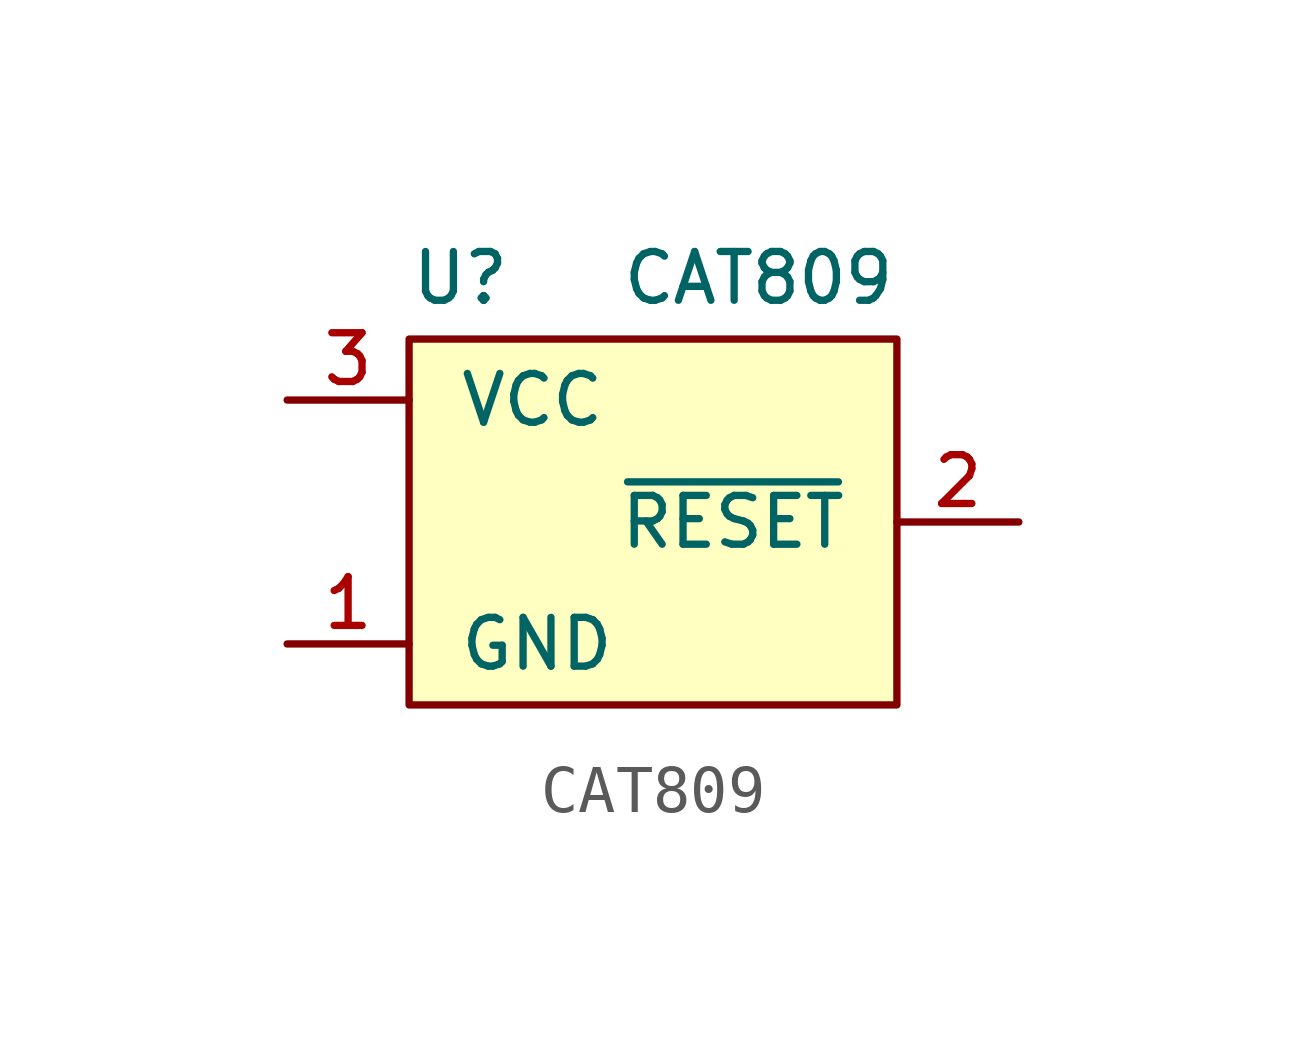
<source format=kicad_sym>
(kicad_symbol_lib
  (version 20211014)
  (generator kicad_symbol_editor)
  (symbol "CAT809"
    (pin_names
      (offset 1.016))
    (property "Reference" "U"
      (at -5.08 5.08 0)
      (effects (font (size 1.016 1.016)) (justify left)))
    (property "Value" "CAT809"
      (at 5.08 5.08 0)
      (effects (font (size 1.016 1.016)) (justify right)))
    (symbol "CAT809_0_1"
      (rectangle (start -5.08 3.81) (end 5.08 -3.81) (stroke (width 0) (type default) (color 0 0 0 0)) (fill (type background))))
    (symbol "CAT809_1_1"
      (pin power_in line (at -7.62 -2.54 0) (length 2.54) (name "GND" (effects (font (size 1.016 1.016)))) (number "1" (effects (font (size 1.016 1.016)))))
      (pin output line (at 7.62 0 180) (length 2.54) (name "~{RESET}" (effects (font (size 1.016 1.016)))) (number "2" (effects (font (size 1.016 1.016)))))
      (pin power_in line (at -7.62 2.54 0) (length 2.54) (name "VCC" (effects (font (size 1.016 1.016)))) (number "3" (effects (font (size 1.016 1.016))))))))
</source>
